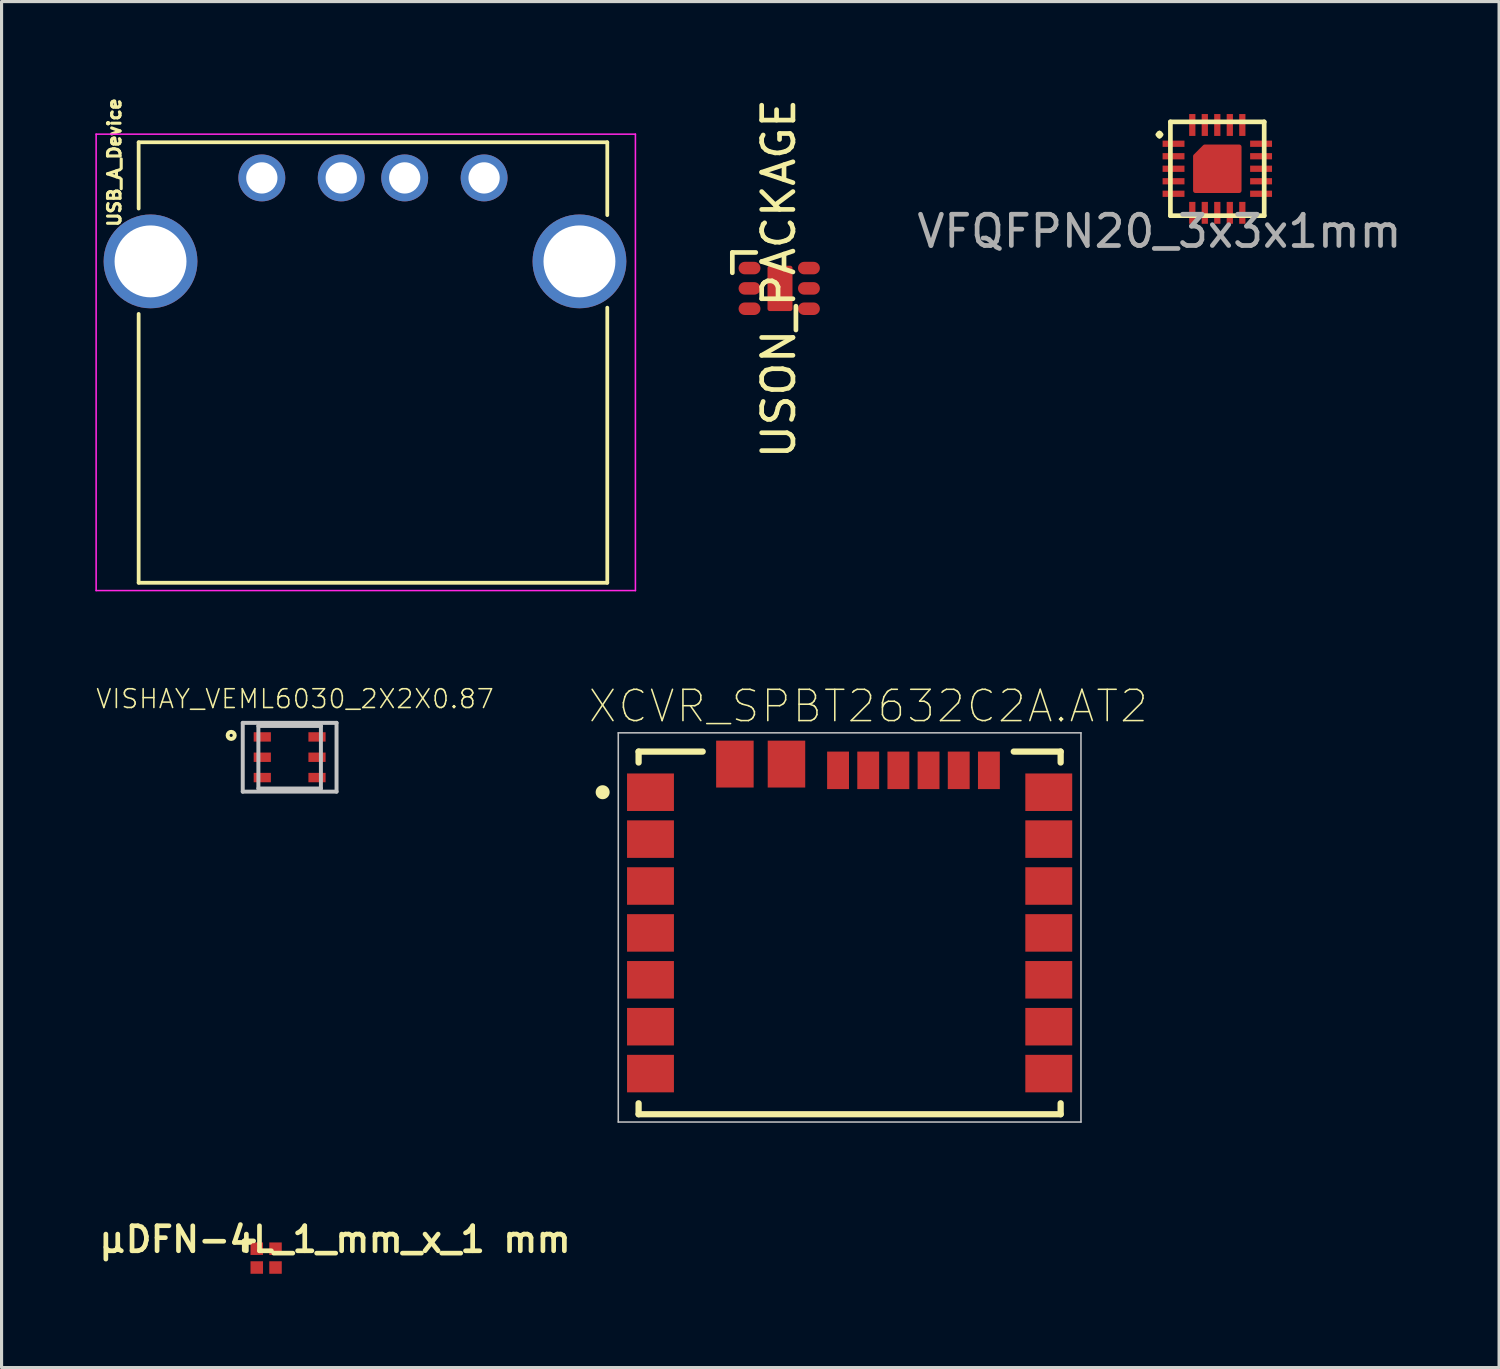
<source format=kicad_pcb>
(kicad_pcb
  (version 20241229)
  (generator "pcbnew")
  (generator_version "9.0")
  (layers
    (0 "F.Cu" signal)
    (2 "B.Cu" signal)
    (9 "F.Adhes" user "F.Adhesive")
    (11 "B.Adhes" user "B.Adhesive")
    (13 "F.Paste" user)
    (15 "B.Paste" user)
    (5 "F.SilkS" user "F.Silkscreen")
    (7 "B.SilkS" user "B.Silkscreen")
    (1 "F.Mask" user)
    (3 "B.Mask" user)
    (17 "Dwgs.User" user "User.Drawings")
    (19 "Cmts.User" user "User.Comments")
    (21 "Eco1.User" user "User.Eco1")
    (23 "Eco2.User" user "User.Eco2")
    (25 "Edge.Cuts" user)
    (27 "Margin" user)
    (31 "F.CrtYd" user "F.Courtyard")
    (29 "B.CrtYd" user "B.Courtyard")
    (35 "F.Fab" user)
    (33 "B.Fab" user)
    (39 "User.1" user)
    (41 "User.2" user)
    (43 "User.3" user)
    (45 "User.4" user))
  (footprint "μDFN-4L_1_mm_x_1 mm"
    (layer "F.Cu")
    (at 6.763 37.443)
    (property "Reference" "μDFN-4L_1_mm_x_1 mm" (at 0.906 -0.847 0) (layer "F.SilkS") (effects (font (size 0.8 0.8) (thickness 0.15))))
    (attr through_hole)
    (fp_line (start -2 -0.8) (end -2 -0.5) (stroke (width 0.15) (type solid)) (layer "F.SilkS"))
    (fp_line (start -1.7 -0.8) (end -2 -0.8) (stroke (width 0.15) (type solid)) (layer "F.SilkS"))
    (pad "1" smd rect (at -1.6 -0.551 90) (size 0.4 0.4) (layers "F.Cu" "F.Mask" "F.Paste"))
    (pad "2" smd rect (at -1.6 0.051 90) (size 0.4 0.4) (layers "F.Cu" "F.Mask" "F.Paste"))
    (pad "3" smd rect (at -1 0.051 90) (size 0.4 0.4) (layers "F.Cu" "F.Mask" "F.Paste"))
    (pad "4" smd rect (at -1 -0.551 90) (size 0.4 0.4) (layers "F.Cu" "F.Mask" "F.Paste")))
  (footprint "USB_A_Device"
    (layer "F.Cu")
    (at 5.325 2.641)
    (property "Reference" "USB_A_Device" (at -4.716 -0.493 90) (layer "F.SilkS") (effects (font (size 0.4 0.4) (thickness 0.1))))
    (attr through_hole)
    (fp_line (start -3.94 -1.14) (end -3.94 0.98) (stroke (width 0.12) (type solid)) (layer "F.SilkS"))
    (fp_line (start -3.94 4.35) (end -3.94 12.95) (stroke (width 0.12) (type solid)) (layer "F.SilkS"))
    (fp_line (start 11.05 -1.14) (end -3.94 -1.14) (stroke (width 0.12) (type solid)) (layer "F.SilkS"))
    (fp_line (start 11.05 -1.14) (end 11.05 1.19) (stroke (width 0.12) (type solid)) (layer "F.SilkS"))
    (fp_line (start 11.05 4.15) (end 11.05 12.95) (stroke (width 0.12) (type solid)) (layer "F.SilkS"))
    (fp_line (start 11.05 12.95) (end -3.94 12.95) (stroke (width 0.12) (type solid)) (layer "F.SilkS"))
    (fp_line (start -5.3 -1.4) (end 11.95 -1.4) (stroke (width 0.05) (type solid)) (layer "F.CrtYd"))
    (fp_line (start -5.3 13.2) (end -5.3 -1.4) (stroke (width 0.05) (type solid)) (layer "F.CrtYd"))
    (fp_line (start -5.3 13.2) (end 11.95 13.2) (stroke (width 0.05) (type solid)) (layer "F.CrtYd"))
    (fp_line (start 11.95 -1.4) (end 11.95 13.2) (stroke (width 0.05) (type solid)) (layer "F.CrtYd"))
    (pad "1" thru_hole circle (at 7.11 0 270) (size 1.5 1.5) (drill 1) (layers "*.Cu" "*.Mask"))
    (pad "2" thru_hole circle (at 4.57 0 270) (size 1.5 1.5) (drill 1) (layers "*.Cu" "*.Mask"))
    (pad "3" thru_hole circle (at 2.54 0 270) (size 1.5 1.5) (drill 1) (layers "*.Cu" "*.Mask"))
    (pad "4" thru_hole circle (at 0 0 270) (size 1.5 1.5) (drill 1) (layers "*.Cu" "*.Mask"))
    (pad "5" thru_hole circle (at -3.56 2.67 270) (size 3 3) (drill 2.3) (layers "*.Cu" "*.Mask"))
    (pad "5" thru_hole circle (at 10.16 2.67 270) (size 3 3) (drill 2.3) (layers "*.Cu" "*.Mask")))
  (footprint "XCVR_SPBT2632C2A.AT2"
    (layer "F.Cu")
    (at 24.127 26.791)
    (property "Reference" "XCVR_SPBT2632C2A.AT2" (at 0.597 -7.252 180) (layer "F.SilkS") (effects (font (size 1 1) (thickness 0.05))))
    (attr smd)
    (fp_line (start -6.75 -5.8) (end -6.75 -5.45) (stroke (width 0.2) (type solid)) (layer "F.SilkS"))
    (fp_line (start -6.75 5.8) (end -6.75 5.45) (stroke (width 0.2) (type solid)) (layer "F.SilkS"))
    (fp_line (start -4.7 -5.8) (end -6.75 -5.8) (stroke (width 0.2) (type solid)) (layer "F.SilkS"))
    (fp_line (start 6.75 -5.8) (end 5.25 -5.8) (stroke (width 0.2) (type solid)) (layer "F.SilkS"))
    (fp_line (start 6.75 -5.8) (end 6.75 -5.45) (stroke (width 0.2) (type solid)) (layer "F.SilkS"))
    (fp_line (start 6.75 5.8) (end -6.75 5.8) (stroke (width 0.2) (type solid)) (layer "F.SilkS"))
    (fp_line (start 6.75 5.8) (end 6.75 5.45) (stroke (width 0.2) (type solid)) (layer "F.SilkS"))
    (fp_circle (center -7.9 -4.5) (end -7.676 -4.5) (stroke (width 0) (type solid)) (fill yes) (layer "F.SilkS"))
    (fp_line (start -7.4 -6.4) (end 7.4 -6.4) (stroke (width 0.05) (type solid)) (layer "Dwgs.User"))
    (fp_line (start -7.4 6.05) (end -7.4 -6.4) (stroke (width 0.05) (type solid)) (layer "Dwgs.User"))
    (fp_line (start 7.4 -6.4) (end 7.4 6.05) (stroke (width 0.05) (type solid)) (layer "Dwgs.User"))
    (fp_line (start 7.4 6.05) (end -7.4 6.05) (stroke (width 0.05) (type solid)) (layer "Dwgs.User"))
    (pad "1" smd rect (at -6.37 -4.5) (size 1.5 1.2) (layers "F.Cu" "F.Mask" "F.Paste"))
    (pad "2" smd rect (at -6.37 -3) (size 1.5 1.2) (layers "F.Cu" "F.Mask" "F.Paste"))
    (pad "3" smd rect (at -6.37 -1.5) (size 1.5 1.2) (layers "F.Cu" "F.Mask" "F.Paste"))
    (pad "4" smd rect (at -6.37 0) (size 1.5 1.2) (layers "F.Cu" "F.Mask" "F.Paste"))
    (pad "5" smd rect (at -6.37 1.5) (size 1.5 1.2) (layers "F.Cu" "F.Mask" "F.Paste"))
    (pad "6" smd rect (at -6.37 3) (size 1.5 1.2) (layers "F.Cu" "F.Mask" "F.Paste"))
    (pad "7" smd rect (at -6.37 4.5) (size 1.5 1.2) (layers "F.Cu" "F.Mask" "F.Paste"))
    (pad "8" smd rect (at 6.37 4.5) (size 1.5 1.2) (layers "F.Cu" "F.Mask" "F.Paste"))
    (pad "9" smd rect (at 6.37 3) (size 1.5 1.2) (layers "F.Cu" "F.Mask" "F.Paste"))
    (pad "10" smd rect (at 6.37 1.5) (size 1.5 1.2) (layers "F.Cu" "F.Mask" "F.Paste"))
    (pad "11" smd rect (at 6.37 0) (size 1.5 1.2) (layers "F.Cu" "F.Mask" "F.Paste"))
    (pad "12" smd rect (at 6.37 -1.5) (size 1.5 1.2) (layers "F.Cu" "F.Mask" "F.Paste"))
    (pad "13" smd rect (at 6.37 -3) (size 1.5 1.2) (layers "F.Cu" "F.Mask" "F.Paste"))
    (pad "14" smd rect (at 6.37 -4.5) (size 1.5 1.2) (layers "F.Cu" "F.Mask" "F.Paste"))
    (pad "15" smd rect (at -2.02 -5.4 90) (size 1.5 1.2) (layers "F.Cu" "F.Mask" "F.Paste"))
    (pad "16" smd rect (at -3.67 -5.4 90) (size 1.5 1.2) (layers "F.Cu" "F.Mask" "F.Paste"))
    (pad "17" smd rect (at -0.37 -5.2 270) (size 1.2 0.7) (layers "F.Cu" "F.Mask" "F.Paste"))
    (pad "18" smd rect (at 0.595 -5.2 270) (size 1.2 0.7) (layers "F.Cu" "F.Mask" "F.Paste"))
    (pad "19" smd rect (at 1.56 -5.2 270) (size 1.2 0.7) (layers "F.Cu" "F.Mask" "F.Paste"))
    (pad "20" smd rect (at 2.525 -5.2 270) (size 1.2 0.7) (layers "F.Cu" "F.Mask" "F.Paste"))
    (pad "21" smd rect (at 3.49 -5.2 270) (size 1.2 0.7) (layers "F.Cu" "F.Mask" "F.Paste"))
    (pad "22" smd rect (at 4.455 -5.2 270) (size 1.2 0.7) (layers "F.Cu" "F.Mask" "F.Paste")))
  (footprint "USON_PACKAGE"
    (layer "F.Cu")
    (at 21.875 6.325)
    (property "Reference" "USON_PACKAGE" (at -0.016 -0.462 270) (layer "F.SilkS") (effects (font (size 1 1) (thickness 0.15))))
    (attr through_hole)
    (fp_poly (pts (xy -0.3 -0.8) (xy 0.35 -0.8) (xy 0.35 0.5) (xy -0.3 0.5) (xy -0.3 0.1)) (stroke (width 0.15) (type solid)) (fill yes) (layer "F.Cu"))
    (fp_line (start -1.5 -1.3) (end -1.5 -0.65) (stroke (width 0.15) (type solid)) (layer "F.SilkS"))
    (fp_line (start -0.75 -1.3) (end -1.5 -1.3) (stroke (width 0.15) (type solid)) (layer "F.SilkS"))
    (pad "1" smd oval (at -0.95 -0.8) (size 0.7 0.4) (layers "F.Cu" "F.Mask" "F.Paste"))
    (pad "2" smd oval (at -0.95 -0.15) (size 0.7 0.4) (layers "F.Cu" "F.Mask" "F.Paste"))
    (pad "3" smd oval (at -0.95 0.5) (size 0.7 0.4) (layers "F.Cu" "F.Mask" "F.Paste"))
    (pad "4" smd oval (at 0.95 0.5) (size 0.7 0.4) (layers "F.Cu" "F.Mask" "F.Paste"))
    (pad "5" smd oval (at 0.95 -0.15) (size 0.7 0.4) (layers "F.Cu" "F.Mask" "F.Paste"))
    (pad "6" smd oval (at 0.95 -0.8) (size 0.7 0.4) (layers "F.Cu" "F.Mask" "F.Paste")))
  (footprint "VISHAY_VEML6030_2X2X0.87"
    (layer "F.Cu")
    (at 6.215 21.172)
    (property "Reference" "VISHAY_VEML6030_2X2X0.87" (at 0.171 -1.867 0) (layer "F.SilkS") (effects (font (size 0.6 0.6) (thickness 0.05))))
    (attr smd)
    (fp_circle (center -1.87 -0.699) (end -1.82 -0.699) (stroke (width 0.127) (type solid)) (fill no) (layer "F.SilkS"))
    (fp_line (start -1.5 -1.1) (end 1.5 -1.1) (stroke (width 0.127) (type solid)) (layer "Dwgs.User"))
    (fp_line (start -1.5 1.1) (end -1.5 -1.1) (stroke (width 0.127) (type solid)) (layer "Dwgs.User"))
    (fp_line (start -1 -1) (end 1 -1) (stroke (width 0.127) (type solid)) (layer "Dwgs.User"))
    (fp_line (start -1 1) (end -1 -1) (stroke (width 0.127) (type solid)) (layer "Dwgs.User"))
    (fp_line (start 1 -1) (end 1 1) (stroke (width 0.127) (type solid)) (layer "Dwgs.User"))
    (fp_line (start 1 1) (end -1 1) (stroke (width 0.127) (type solid)) (layer "Dwgs.User"))
    (fp_line (start 1.5 -1.1) (end 1.5 1.1) (stroke (width 0.127) (type solid)) (layer "Dwgs.User"))
    (fp_line (start 1.5 1.1) (end -1.5 1.1) (stroke (width 0.127) (type solid)) (layer "Dwgs.User"))
    (pad "1" smd rect (at -0.875 -0.65 180) (size 0.55 0.3) (layers "F.Cu" "F.Mask" "F.Paste"))
    (pad "2" smd rect (at -0.875 0 180) (size 0.55 0.3) (layers "F.Cu" "F.Mask" "F.Paste"))
    (pad "3" smd rect (at -0.875 0.65 180) (size 0.55 0.3) (layers "F.Cu" "F.Mask" "F.Paste"))
    (pad "4" smd rect (at 0.875 0.65 180) (size 0.55 0.3) (layers "F.Cu" "F.Mask" "F.Paste"))
    (pad "5" smd rect (at 0.875 0 180) (size 0.55 0.3) (layers "F.Cu" "F.Mask" "F.Paste"))
    (pad "6" smd rect (at 0.875 -0.65 180) (size 0.55 0.3) (layers "F.Cu" "F.Mask" "F.Paste")))
  (footprint "VFQFPN20_3x3x1mm"
    (layer "F.Cu")
    (at 35.988 2.398)
    (property "Reference" "VFQFPN20_3x3x1mm" (at -1.95 1.95 0) (layer "F.Fab") (effects (font (size 1 1) (thickness 0.15))))
    (attr through_hole)
    (fp_poly (pts (xy -0.5 -0.75) (xy 0.6 -0.75) (xy 0.6 0.65) (xy -0.8 0.65) (xy -0.8 -0.45)) (stroke (width 0.15) (type solid)) (fill yes) (layer "F.Cu"))
    (fp_line (start -1.6 -1.55) (end -1.6 1.45) (stroke (width 0.15) (type solid)) (layer "F.SilkS"))
    (fp_line (start -1.6 1.45) (end 1.4 1.45) (stroke (width 0.15) (type solid)) (layer "F.SilkS"))
    (fp_line (start 1.4 -1.55) (end -1.6 -1.55) (stroke (width 0.15) (type solid)) (layer "F.SilkS"))
    (fp_line (start 1.4 1.45) (end 1.4 -1.55) (stroke (width 0.15) (type solid)) (layer "F.SilkS"))
    (fp_text user "." (at -1.95 -1.55 0) (layer "F.SilkS") (effects (font (size 1 1) (thickness 0.15))))
    (pad "1" smd rect (at -1.5 -0.85 270) (size 0.2 0.7) (layers "F.Cu" "F.Mask" "F.Paste"))
    (pad "2" smd rect (at -1.5 -0.45 270) (size 0.2 0.7) (layers "F.Cu" "F.Mask" "F.Paste"))
    (pad "3" smd rect (at -1.5 -0.05 270) (size 0.2 0.7) (layers "F.Cu" "F.Mask" "F.Paste"))
    (pad "4" smd rect (at -1.5 0.35 270) (size 0.2 0.7) (layers "F.Cu" "F.Mask" "F.Paste"))
    (pad "5" smd rect (at -1.5 0.75 270) (size 0.2 0.7) (layers "F.Cu" "F.Mask" "F.Paste"))
    (pad "6" smd rect (at -0.9 1.36 270) (size 0.7 0.2) (layers "F.Cu" "F.Mask" "F.Paste"))
    (pad "7" smd rect (at -0.5 1.36 270) (size 0.7 0.2) (layers "F.Cu" "F.Mask" "F.Paste"))
    (pad "8" smd rect (at -0.1 1.36 270) (size 0.7 0.2) (layers "F.Cu" "F.Mask" "F.Paste"))
    (pad "9" smd rect (at 0.3 1.36 270) (size 0.7 0.2) (layers "F.Cu" "F.Mask" "F.Paste"))
    (pad "10" smd rect (at 0.7 1.36 270) (size 0.7 0.2) (layers "F.Cu" "F.Mask" "F.Paste"))
    (pad "11" smd rect (at 1.3 0.75 270) (size 0.2 0.7) (layers "F.Cu" "F.Mask" "F.Paste"))
    (pad "12" smd rect (at 1.3 0.35 270) (size 0.2 0.7) (layers "F.Cu" "F.Mask" "F.Paste"))
    (pad "13" smd rect (at 1.3 -0.05 270) (size 0.2 0.7) (layers "F.Cu" "F.Mask" "F.Paste"))
    (pad "14" smd rect (at 1.3 -0.45 270) (size 0.2 0.7) (layers "F.Cu" "F.Mask" "F.Paste"))
    (pad "15" smd rect (at 1.3 -0.85 270) (size 0.2 0.7) (layers "F.Cu" "F.Mask" "F.Paste"))
    (pad "16" smd rect (at 0.7 -1.45) (size 0.2 0.7) (layers "F.Cu" "F.Mask" "F.Paste"))
    (pad "17" smd rect (at 0.3 -1.45) (size 0.2 0.7) (layers "F.Cu" "F.Mask" "F.Paste"))
    (pad "18" smd rect (at -0.1 -1.45) (size 0.2 0.7) (layers "F.Cu" "F.Mask" "F.Paste"))
    (pad "19" smd rect (at -0.5 -1.45) (size 0.2 0.7) (layers "F.Cu" "F.Mask" "F.Paste"))
    (pad "20" smd rect (at -0.9 -1.45) (size 0.2 0.7) (layers "F.Cu" "F.Mask" "F.Paste"))
    (pad "21" smd rect (at -0.1 -0.05 270) (size 1 1) (layers "F.Cu" "F.Mask" "F.Paste")))
  (gr_rect
    (start -3 -3)
    (end 44.901 40.694)
    (stroke (width 0.1) (type default))
    (fill no)
    (layer "Edge.Cuts")))
</source>
